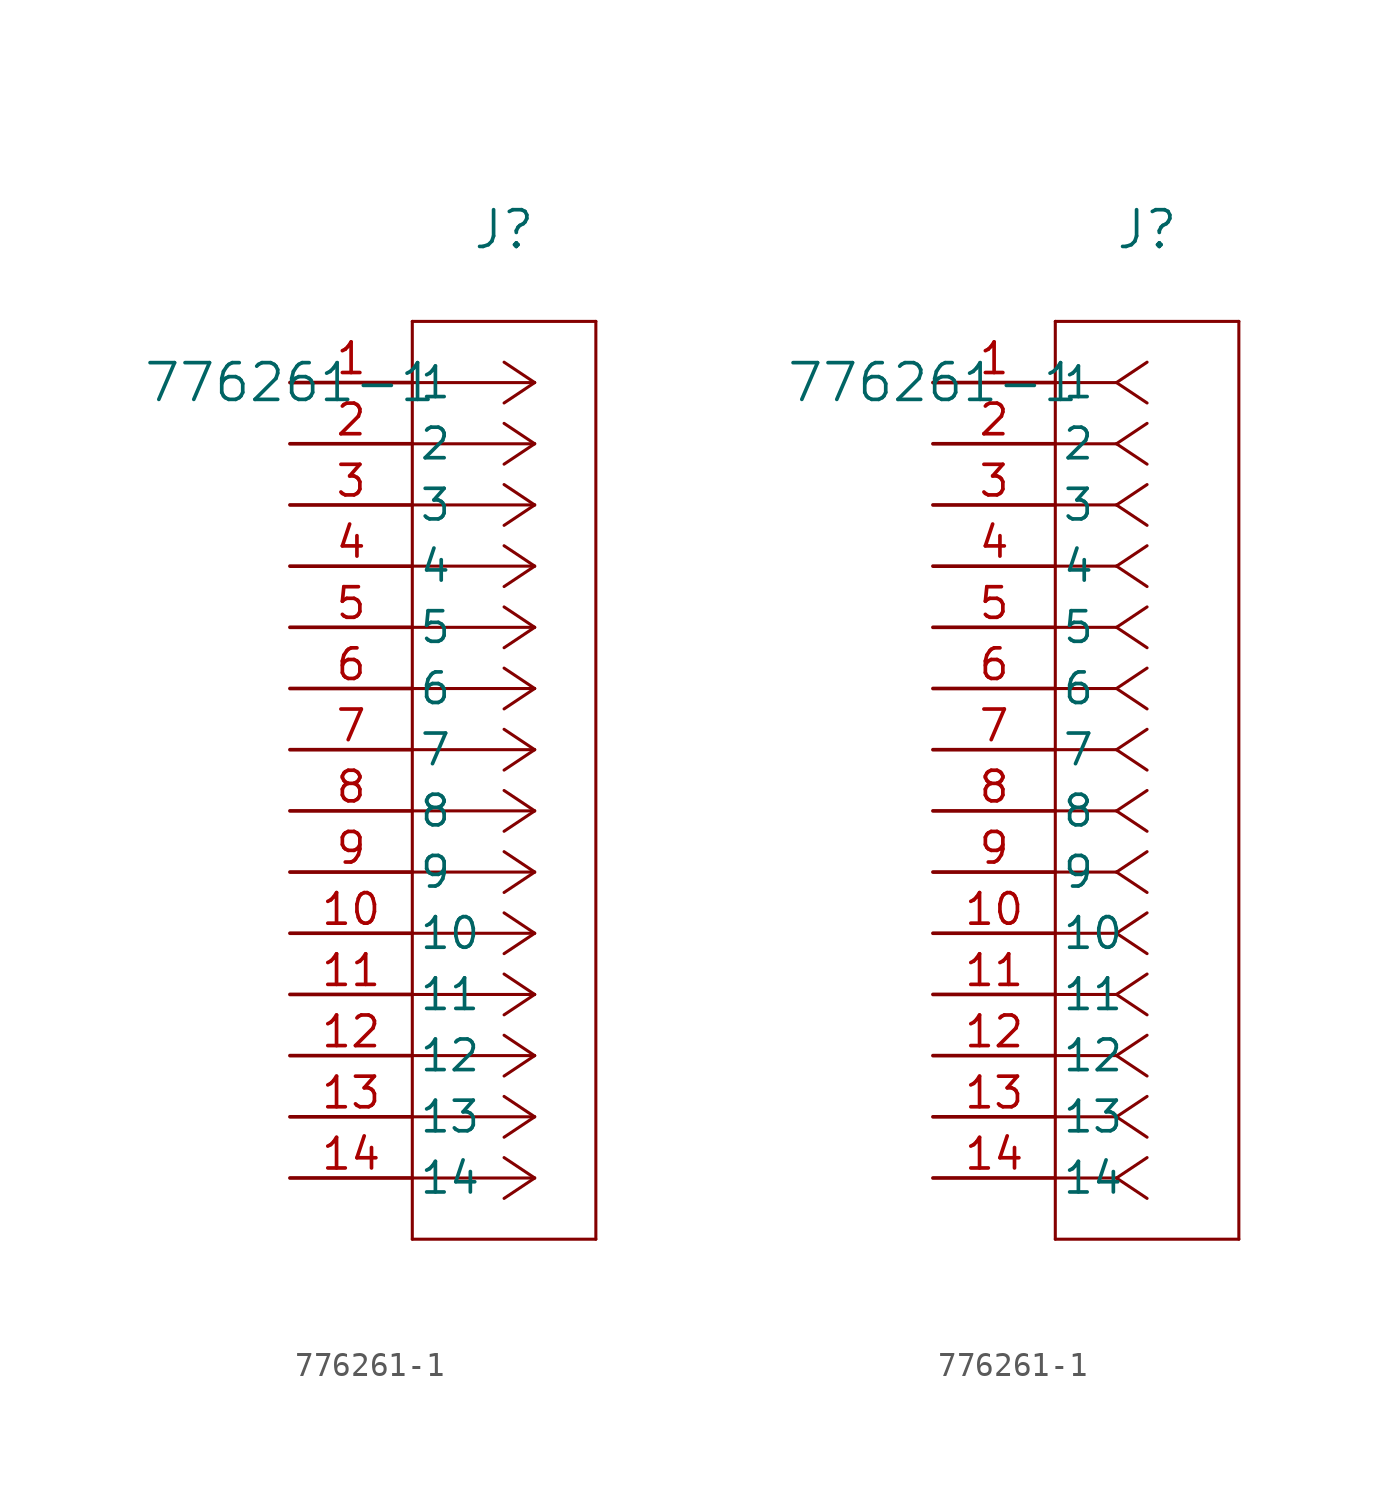
<source format=kicad_sym>
(kicad_symbol_lib
  (version 20211014)
  (generator kicad_symbol_editor)
  (symbol "776261-1"
    (pin_names
      (offset 0.254))
    (property "Reference" "J"
      (at 8.89 6.35 0)
      (effects (font (size 1.524 1.524))))
    (property "Value" "776261-1"
      (at 0 0 0)
      (effects (font (size 1.524 1.524))))
    (symbol "776261-1_1_1"
      (polyline (pts (xy 10.16 0) (xy 5.08 0)) (stroke (width 0.127) (type default) (color 0 0 0 0)) (fill (type none)))
      (polyline (pts (xy 10.16 -2.54) (xy 5.08 -2.54)) (stroke (width 0.127) (type default) (color 0 0 0 0)) (fill (type none)))
      (polyline (pts (xy 10.16 -5.08) (xy 5.08 -5.08)) (stroke (width 0.127) (type default) (color 0 0 0 0)) (fill (type none)))
      (polyline (pts (xy 10.16 -7.62) (xy 5.08 -7.62)) (stroke (width 0.127) (type default) (color 0 0 0 0)) (fill (type none)))
      (polyline (pts (xy 10.16 -10.16) (xy 5.08 -10.16)) (stroke (width 0.127) (type default) (color 0 0 0 0)) (fill (type none)))
      (polyline (pts (xy 10.16 -12.7) (xy 5.08 -12.7)) (stroke (width 0.127) (type default) (color 0 0 0 0)) (fill (type none)))
      (polyline (pts (xy 10.16 -15.24) (xy 5.08 -15.24)) (stroke (width 0.127) (type default) (color 0 0 0 0)) (fill (type none)))
      (polyline (pts (xy 10.16 -17.78) (xy 5.08 -17.78)) (stroke (width 0.127) (type default) (color 0 0 0 0)) (fill (type none)))
      (polyline (pts (xy 10.16 -20.32) (xy 5.08 -20.32)) (stroke (width 0.127) (type default) (color 0 0 0 0)) (fill (type none)))
      (polyline (pts (xy 10.16 -22.86) (xy 5.08 -22.86)) (stroke (width 0.127) (type default) (color 0 0 0 0)) (fill (type none)))
      (polyline (pts (xy 10.16 -25.4) (xy 5.08 -25.4)) (stroke (width 0.127) (type default) (color 0 0 0 0)) (fill (type none)))
      (polyline (pts (xy 10.16 -27.94) (xy 5.08 -27.94)) (stroke (width 0.127) (type default) (color 0 0 0 0)) (fill (type none)))
      (polyline (pts (xy 10.16 -30.48) (xy 5.08 -30.48)) (stroke (width 0.127) (type default) (color 0 0 0 0)) (fill (type none)))
      (polyline (pts (xy 10.16 -33.02) (xy 5.08 -33.02)) (stroke (width 0.127) (type default) (color 0 0 0 0)) (fill (type none)))
      (polyline (pts (xy 10.16 0) (xy 8.89 0.847)) (stroke (width 0.127) (type default) (color 0 0 0 0)) (fill (type none)))
      (polyline (pts (xy 10.16 -2.54) (xy 8.89 -1.693)) (stroke (width 0.127) (type default) (color 0 0 0 0)) (fill (type none)))
      (polyline (pts (xy 10.16 -5.08) (xy 8.89 -4.233)) (stroke (width 0.127) (type default) (color 0 0 0 0)) (fill (type none)))
      (polyline (pts (xy 10.16 -7.62) (xy 8.89 -6.773)) (stroke (width 0.127) (type default) (color 0 0 0 0)) (fill (type none)))
      (polyline (pts (xy 10.16 -10.16) (xy 8.89 -9.313)) (stroke (width 0.127) (type default) (color 0 0 0 0)) (fill (type none)))
      (polyline (pts (xy 10.16 -12.7) (xy 8.89 -11.853)) (stroke (width 0.127) (type default) (color 0 0 0 0)) (fill (type none)))
      (polyline (pts (xy 10.16 -15.24) (xy 8.89 -14.393)) (stroke (width 0.127) (type default) (color 0 0 0 0)) (fill (type none)))
      (polyline (pts (xy 10.16 -17.78) (xy 8.89 -16.933)) (stroke (width 0.127) (type default) (color 0 0 0 0)) (fill (type none)))
      (polyline (pts (xy 10.16 -20.32) (xy 8.89 -19.473)) (stroke (width 0.127) (type default) (color 0 0 0 0)) (fill (type none)))
      (polyline (pts (xy 10.16 -22.86) (xy 8.89 -22.013)) (stroke (width 0.127) (type default) (color 0 0 0 0)) (fill (type none)))
      (polyline (pts (xy 10.16 -25.4) (xy 8.89 -24.553)) (stroke (width 0.127) (type default) (color 0 0 0 0)) (fill (type none)))
      (polyline (pts (xy 10.16 -27.94) (xy 8.89 -27.093)) (stroke (width 0.127) (type default) (color 0 0 0 0)) (fill (type none)))
      (polyline (pts (xy 10.16 -30.48) (xy 8.89 -29.633)) (stroke (width 0.127) (type default) (color 0 0 0 0)) (fill (type none)))
      (polyline (pts (xy 10.16 -33.02) (xy 8.89 -32.173)) (stroke (width 0.127) (type default) (color 0 0 0 0)) (fill (type none)))
      (polyline (pts (xy 10.16 0) (xy 8.89 -0.847)) (stroke (width 0.127) (type default) (color 0 0 0 0)) (fill (type none)))
      (polyline (pts (xy 10.16 -2.54) (xy 8.89 -3.387)) (stroke (width 0.127) (type default) (color 0 0 0 0)) (fill (type none)))
      (polyline (pts (xy 10.16 -5.08) (xy 8.89 -5.927)) (stroke (width 0.127) (type default) (color 0 0 0 0)) (fill (type none)))
      (polyline (pts (xy 10.16 -7.62) (xy 8.89 -8.467)) (stroke (width 0.127) (type default) (color 0 0 0 0)) (fill (type none)))
      (polyline (pts (xy 10.16 -10.16) (xy 8.89 -11.007)) (stroke (width 0.127) (type default) (color 0 0 0 0)) (fill (type none)))
      (polyline (pts (xy 10.16 -12.7) (xy 8.89 -13.547)) (stroke (width 0.127) (type default) (color 0 0 0 0)) (fill (type none)))
      (polyline (pts (xy 10.16 -15.24) (xy 8.89 -16.087)) (stroke (width 0.127) (type default) (color 0 0 0 0)) (fill (type none)))
      (polyline (pts (xy 10.16 -17.78) (xy 8.89 -18.627)) (stroke (width 0.127) (type default) (color 0 0 0 0)) (fill (type none)))
      (polyline (pts (xy 10.16 -20.32) (xy 8.89 -21.167)) (stroke (width 0.127) (type default) (color 0 0 0 0)) (fill (type none)))
      (polyline (pts (xy 10.16 -22.86) (xy 8.89 -23.707)) (stroke (width 0.127) (type default) (color 0 0 0 0)) (fill (type none)))
      (polyline (pts (xy 10.16 -25.4) (xy 8.89 -26.247)) (stroke (width 0.127) (type default) (color 0 0 0 0)) (fill (type none)))
      (polyline (pts (xy 10.16 -27.94) (xy 8.89 -28.787)) (stroke (width 0.127) (type default) (color 0 0 0 0)) (fill (type none)))
      (polyline (pts (xy 10.16 -30.48) (xy 8.89 -31.327)) (stroke (width 0.127) (type default) (color 0 0 0 0)) (fill (type none)))
      (polyline (pts (xy 10.16 -33.02) (xy 8.89 -33.867)) (stroke (width 0.127) (type default) (color 0 0 0 0)) (fill (type none)))
      (polyline (pts (xy 5.08 2.54) (xy 5.08 -35.56)) (stroke (width 0.127) (type default) (color 0 0 0 0)) (fill (type none)))
      (polyline (pts (xy 5.08 -35.56) (xy 12.7 -35.56)) (stroke (width 0.127) (type default) (color 0 0 0 0)) (fill (type none)))
      (polyline (pts (xy 12.7 -35.56) (xy 12.7 2.54)) (stroke (width 0.127) (type default) (color 0 0 0 0)) (fill (type none)))
      (polyline (pts (xy 12.7 2.54) (xy 5.08 2.54)) (stroke (width 0.127) (type default) (color 0 0 0 0)) (fill (type none)))
      (pin unspecified line (at 0 0 0) (length 5.08) (name "1" (effects (font (size 1.27 1.27)))) (number "1" (effects (font (size 1.27 1.27)))))
      (pin unspecified line (at 0 -2.54 0) (length 5.08) (name "2" (effects (font (size 1.27 1.27)))) (number "2" (effects (font (size 1.27 1.27)))))
      (pin unspecified line (at 0 -5.08 0) (length 5.08) (name "3" (effects (font (size 1.27 1.27)))) (number "3" (effects (font (size 1.27 1.27)))))
      (pin unspecified line (at 0 -7.62 0) (length 5.08) (name "4" (effects (font (size 1.27 1.27)))) (number "4" (effects (font (size 1.27 1.27)))))
      (pin unspecified line (at 0 -10.16 0) (length 5.08) (name "5" (effects (font (size 1.27 1.27)))) (number "5" (effects (font (size 1.27 1.27)))))
      (pin unspecified line (at 0 -12.7 0) (length 5.08) (name "6" (effects (font (size 1.27 1.27)))) (number "6" (effects (font (size 1.27 1.27)))))
      (pin unspecified line (at 0 -15.24 0) (length 5.08) (name "7" (effects (font (size 1.27 1.27)))) (number "7" (effects (font (size 1.27 1.27)))))
      (pin unspecified line (at 0 -17.78 0) (length 5.08) (name "8" (effects (font (size 1.27 1.27)))) (number "8" (effects (font (size 1.27 1.27)))))
      (pin unspecified line (at 0 -20.32 0) (length 5.08) (name "9" (effects (font (size 1.27 1.27)))) (number "9" (effects (font (size 1.27 1.27)))))
      (pin unspecified line (at 0 -22.86 0) (length 5.08) (name "10" (effects (font (size 1.27 1.27)))) (number "10" (effects (font (size 1.27 1.27)))))
      (pin unspecified line (at 0 -25.4 0) (length 5.08) (name "11" (effects (font (size 1.27 1.27)))) (number "11" (effects (font (size 1.27 1.27)))))
      (pin unspecified line (at 0 -27.94 0) (length 5.08) (name "12" (effects (font (size 1.27 1.27)))) (number "12" (effects (font (size 1.27 1.27)))))
      (pin unspecified line (at 0 -30.48 0) (length 5.08) (name "13" (effects (font (size 1.27 1.27)))) (number "13" (effects (font (size 1.27 1.27)))))
      (pin unspecified line (at 0 -33.02 0) (length 5.08) (name "14" (effects (font (size 1.27 1.27)))) (number "14" (effects (font (size 1.27 1.27))))))
    (symbol "776261-1_1_2"
      (polyline (pts (xy 7.62 0) (xy 5.08 0)) (stroke (width 0.127) (type default) (color 0 0 0 0)) (fill (type none)))
      (polyline (pts (xy 7.62 -2.54) (xy 5.08 -2.54)) (stroke (width 0.127) (type default) (color 0 0 0 0)) (fill (type none)))
      (polyline (pts (xy 7.62 -5.08) (xy 5.08 -5.08)) (stroke (width 0.127) (type default) (color 0 0 0 0)) (fill (type none)))
      (polyline (pts (xy 7.62 -7.62) (xy 5.08 -7.62)) (stroke (width 0.127) (type default) (color 0 0 0 0)) (fill (type none)))
      (polyline (pts (xy 7.62 -10.16) (xy 5.08 -10.16)) (stroke (width 0.127) (type default) (color 0 0 0 0)) (fill (type none)))
      (polyline (pts (xy 7.62 -12.7) (xy 5.08 -12.7)) (stroke (width 0.127) (type default) (color 0 0 0 0)) (fill (type none)))
      (polyline (pts (xy 7.62 -15.24) (xy 5.08 -15.24)) (stroke (width 0.127) (type default) (color 0 0 0 0)) (fill (type none)))
      (polyline (pts (xy 7.62 -17.78) (xy 5.08 -17.78)) (stroke (width 0.127) (type default) (color 0 0 0 0)) (fill (type none)))
      (polyline (pts (xy 7.62 -20.32) (xy 5.08 -20.32)) (stroke (width 0.127) (type default) (color 0 0 0 0)) (fill (type none)))
      (polyline (pts (xy 7.62 -22.86) (xy 5.08 -22.86)) (stroke (width 0.127) (type default) (color 0 0 0 0)) (fill (type none)))
      (polyline (pts (xy 7.62 -25.4) (xy 5.08 -25.4)) (stroke (width 0.127) (type default) (color 0 0 0 0)) (fill (type none)))
      (polyline (pts (xy 7.62 -27.94) (xy 5.08 -27.94)) (stroke (width 0.127) (type default) (color 0 0 0 0)) (fill (type none)))
      (polyline (pts (xy 7.62 -30.48) (xy 5.08 -30.48)) (stroke (width 0.127) (type default) (color 0 0 0 0)) (fill (type none)))
      (polyline (pts (xy 7.62 -33.02) (xy 5.08 -33.02)) (stroke (width 0.127) (type default) (color 0 0 0 0)) (fill (type none)))
      (polyline (pts (xy 7.62 0) (xy 8.89 0.847)) (stroke (width 0.127) (type default) (color 0 0 0 0)) (fill (type none)))
      (polyline (pts (xy 7.62 -2.54) (xy 8.89 -1.693)) (stroke (width 0.127) (type default) (color 0 0 0 0)) (fill (type none)))
      (polyline (pts (xy 7.62 -5.08) (xy 8.89 -4.233)) (stroke (width 0.127) (type default) (color 0 0 0 0)) (fill (type none)))
      (polyline (pts (xy 7.62 -7.62) (xy 8.89 -6.773)) (stroke (width 0.127) (type default) (color 0 0 0 0)) (fill (type none)))
      (polyline (pts (xy 7.62 -10.16) (xy 8.89 -9.313)) (stroke (width 0.127) (type default) (color 0 0 0 0)) (fill (type none)))
      (polyline (pts (xy 7.62 -12.7) (xy 8.89 -11.853)) (stroke (width 0.127) (type default) (color 0 0 0 0)) (fill (type none)))
      (polyline (pts (xy 7.62 -15.24) (xy 8.89 -14.393)) (stroke (width 0.127) (type default) (color 0 0 0 0)) (fill (type none)))
      (polyline (pts (xy 7.62 -17.78) (xy 8.89 -16.933)) (stroke (width 0.127) (type default) (color 0 0 0 0)) (fill (type none)))
      (polyline (pts (xy 7.62 -20.32) (xy 8.89 -19.473)) (stroke (width 0.127) (type default) (color 0 0 0 0)) (fill (type none)))
      (polyline (pts (xy 7.62 -22.86) (xy 8.89 -22.013)) (stroke (width 0.127) (type default) (color 0 0 0 0)) (fill (type none)))
      (polyline (pts (xy 7.62 -25.4) (xy 8.89 -24.553)) (stroke (width 0.127) (type default) (color 0 0 0 0)) (fill (type none)))
      (polyline (pts (xy 7.62 -27.94) (xy 8.89 -27.093)) (stroke (width 0.127) (type default) (color 0 0 0 0)) (fill (type none)))
      (polyline (pts (xy 7.62 -30.48) (xy 8.89 -29.633)) (stroke (width 0.127) (type default) (color 0 0 0 0)) (fill (type none)))
      (polyline (pts (xy 7.62 -33.02) (xy 8.89 -32.173)) (stroke (width 0.127) (type default) (color 0 0 0 0)) (fill (type none)))
      (polyline (pts (xy 7.62 0) (xy 8.89 -0.847)) (stroke (width 0.127) (type default) (color 0 0 0 0)) (fill (type none)))
      (polyline (pts (xy 7.62 -2.54) (xy 8.89 -3.387)) (stroke (width 0.127) (type default) (color 0 0 0 0)) (fill (type none)))
      (polyline (pts (xy 7.62 -5.08) (xy 8.89 -5.927)) (stroke (width 0.127) (type default) (color 0 0 0 0)) (fill (type none)))
      (polyline (pts (xy 7.62 -7.62) (xy 8.89 -8.467)) (stroke (width 0.127) (type default) (color 0 0 0 0)) (fill (type none)))
      (polyline (pts (xy 7.62 -10.16) (xy 8.89 -11.007)) (stroke (width 0.127) (type default) (color 0 0 0 0)) (fill (type none)))
      (polyline (pts (xy 7.62 -12.7) (xy 8.89 -13.547)) (stroke (width 0.127) (type default) (color 0 0 0 0)) (fill (type none)))
      (polyline (pts (xy 7.62 -15.24) (xy 8.89 -16.087)) (stroke (width 0.127) (type default) (color 0 0 0 0)) (fill (type none)))
      (polyline (pts (xy 7.62 -17.78) (xy 8.89 -18.627)) (stroke (width 0.127) (type default) (color 0 0 0 0)) (fill (type none)))
      (polyline (pts (xy 7.62 -20.32) (xy 8.89 -21.167)) (stroke (width 0.127) (type default) (color 0 0 0 0)) (fill (type none)))
      (polyline (pts (xy 7.62 -22.86) (xy 8.89 -23.707)) (stroke (width 0.127) (type default) (color 0 0 0 0)) (fill (type none)))
      (polyline (pts (xy 7.62 -25.4) (xy 8.89 -26.247)) (stroke (width 0.127) (type default) (color 0 0 0 0)) (fill (type none)))
      (polyline (pts (xy 7.62 -27.94) (xy 8.89 -28.787)) (stroke (width 0.127) (type default) (color 0 0 0 0)) (fill (type none)))
      (polyline (pts (xy 7.62 -30.48) (xy 8.89 -31.327)) (stroke (width 0.127) (type default) (color 0 0 0 0)) (fill (type none)))
      (polyline (pts (xy 7.62 -33.02) (xy 8.89 -33.867)) (stroke (width 0.127) (type default) (color 0 0 0 0)) (fill (type none)))
      (polyline (pts (xy 5.08 2.54) (xy 5.08 -35.56)) (stroke (width 0.127) (type default) (color 0 0 0 0)) (fill (type none)))
      (polyline (pts (xy 5.08 -35.56) (xy 12.7 -35.56)) (stroke (width 0.127) (type default) (color 0 0 0 0)) (fill (type none)))
      (polyline (pts (xy 12.7 -35.56) (xy 12.7 2.54)) (stroke (width 0.127) (type default) (color 0 0 0 0)) (fill (type none)))
      (polyline (pts (xy 12.7 2.54) (xy 5.08 2.54)) (stroke (width 0.127) (type default) (color 0 0 0 0)) (fill (type none)))
      (pin unspecified line (at 0 0 0) (length 5.08) (name "1" (effects (font (size 1.27 1.27)))) (number "1" (effects (font (size 1.27 1.27)))))
      (pin unspecified line (at 0 -2.54 0) (length 5.08) (name "2" (effects (font (size 1.27 1.27)))) (number "2" (effects (font (size 1.27 1.27)))))
      (pin unspecified line (at 0 -5.08 0) (length 5.08) (name "3" (effects (font (size 1.27 1.27)))) (number "3" (effects (font (size 1.27 1.27)))))
      (pin unspecified line (at 0 -7.62 0) (length 5.08) (name "4" (effects (font (size 1.27 1.27)))) (number "4" (effects (font (size 1.27 1.27)))))
      (pin unspecified line (at 0 -10.16 0) (length 5.08) (name "5" (effects (font (size 1.27 1.27)))) (number "5" (effects (font (size 1.27 1.27)))))
      (pin unspecified line (at 0 -12.7 0) (length 5.08) (name "6" (effects (font (size 1.27 1.27)))) (number "6" (effects (font (size 1.27 1.27)))))
      (pin unspecified line (at 0 -15.24 0) (length 5.08) (name "7" (effects (font (size 1.27 1.27)))) (number "7" (effects (font (size 1.27 1.27)))))
      (pin unspecified line (at 0 -17.78 0) (length 5.08) (name "8" (effects (font (size 1.27 1.27)))) (number "8" (effects (font (size 1.27 1.27)))))
      (pin unspecified line (at 0 -20.32 0) (length 5.08) (name "9" (effects (font (size 1.27 1.27)))) (number "9" (effects (font (size 1.27 1.27)))))
      (pin unspecified line (at 0 -22.86 0) (length 5.08) (name "10" (effects (font (size 1.27 1.27)))) (number "10" (effects (font (size 1.27 1.27)))))
      (pin unspecified line (at 0 -25.4 0) (length 5.08) (name "11" (effects (font (size 1.27 1.27)))) (number "11" (effects (font (size 1.27 1.27)))))
      (pin unspecified line (at 0 -27.94 0) (length 5.08) (name "12" (effects (font (size 1.27 1.27)))) (number "12" (effects (font (size 1.27 1.27)))))
      (pin unspecified line (at 0 -30.48 0) (length 5.08) (name "13" (effects (font (size 1.27 1.27)))) (number "13" (effects (font (size 1.27 1.27)))))
      (pin unspecified line (at 0 -33.02 0) (length 5.08) (name "14" (effects (font (size 1.27 1.27)))) (number "14" (effects (font (size 1.27 1.27))))))))
</source>
